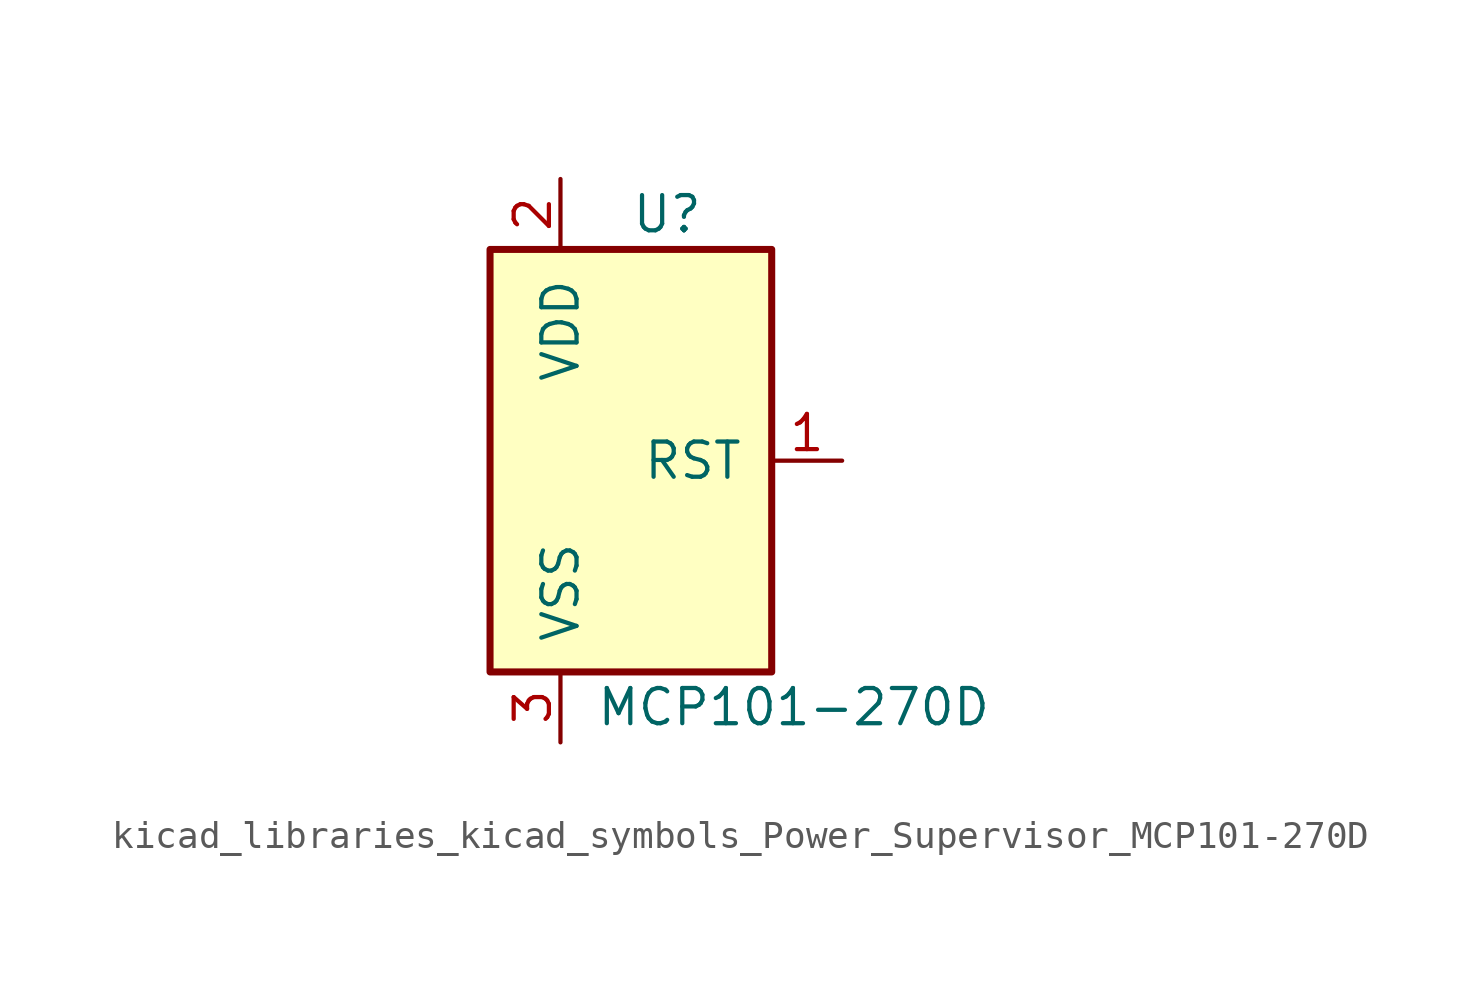
<source format=kicad_sym>
(kicad_symbol_lib
  (version 20220914)
  (generator kicad_symbol_editor)
  (symbol "kicad_libraries_kicad_symbols_Power_Supervisor_MCP101-270D"
    (pin_names
      (offset 1.016))
    (property "Reference" "U"
      (at 0 8.89 0)
      (effects (font (size 1.27 1.27)) (justify left)))
    (property "Value" "MCP101-270D"
      (at -1.27 -8.89 0)
      (effects (font (size 1.27 1.27)) (justify left)))
    (symbol "kicad_libraries_kicad_symbols_Power_Supervisor_MCP101-270D_1_1"
      (rectangle (start -5.08 7.62) (end 5.08 -7.62) (stroke (width 0.254) (type default)) (fill (type background)))
      (pin output line (at 7.62 0 180) (length 2.54) (name "RST" (effects (font (size 1.27 1.27)))) (number "1" (effects (font (size 1.27 1.27)))))
      (pin power_in line (at -2.54 10.16 270) (length 2.54) (name "VDD" (effects (font (size 1.27 1.27)))) (number "2" (effects (font (size 1.27 1.27)))))
      (pin power_in line (at -2.54 -10.16 90) (length 2.54) (name "VSS" (effects (font (size 1.27 1.27)))) (number "3" (effects (font (size 1.27 1.27))))))))
</source>
